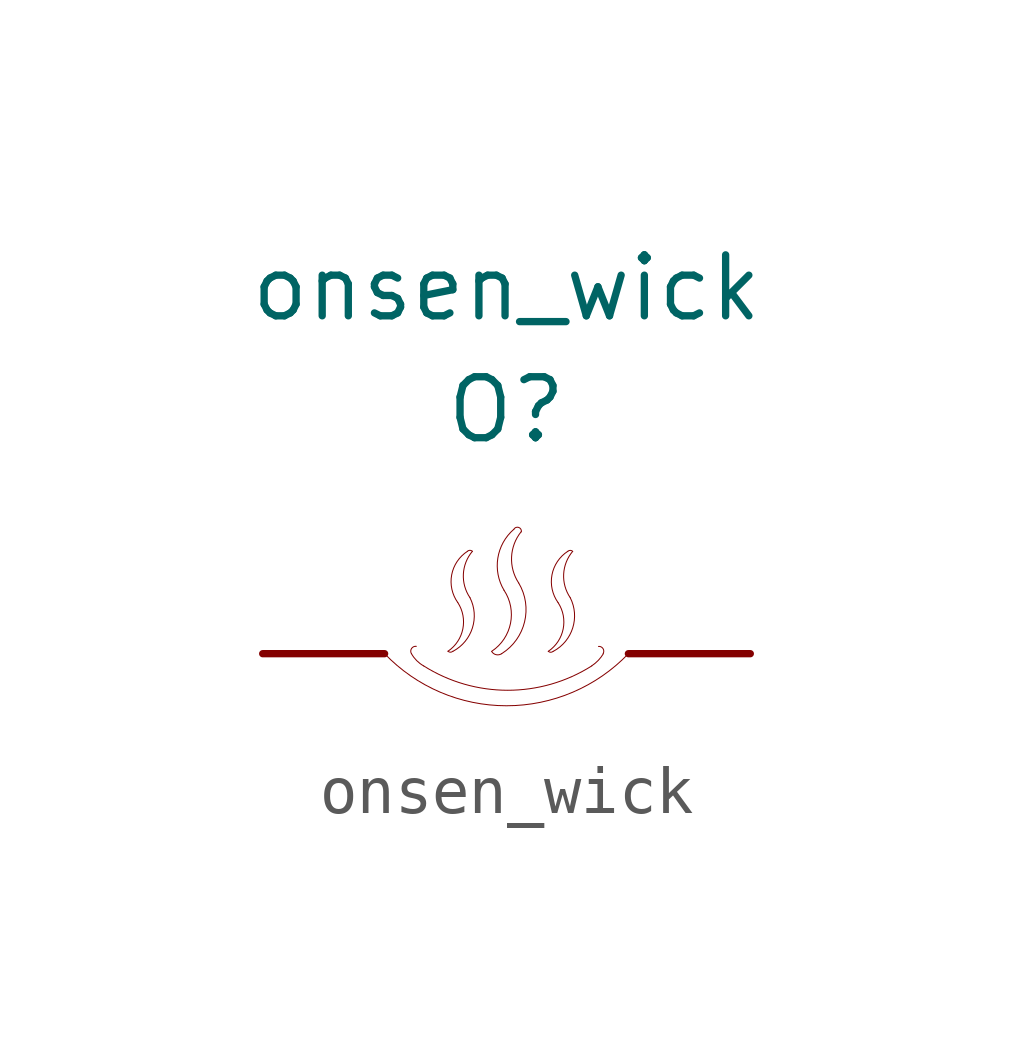
<source format=kicad_sym>
(kicad_symbol_lib
  (version 20201005)
  (generator kicad_symbol_editor)
  (symbol "kicad_parts_lib:onsen_wick"
    (pin_numbers hide)
    (pin_names hide)
    (property "Reference" "O"
      (at 0 5.08 0)
      (effects (font (size 1.27 1.27))))
    (property "Value" "onsen_wick"
      (at 0 7.62 0)
      (effects (font (size 1.27 1.27))))
    (symbol "onsen_wick_0_1"
      (arc (start -0.3048 0.0508) (end -0.0508 1.3208) (radius (at -0.8165 0.8135) (length 0.9184) (angles -56.1 33.5)) (stroke (width 0.0006)) (fill (type none)))
      (arc (start 0.1524 2.5908) (end -0.0508 1.3208) (radius (at 0.8085 1.8346) (length 1.0012) (angles 130.9 -149.1)) (stroke (width 0.0006)) (fill (type none)))
      (arc (start -0.1016 0) (end 0.254 1.4732) (radius (at -0.6764 0.9183) (length 1.0834) (angles -58 30.8)) (stroke (width 0.0006)) (fill (type none)))
      (arc (start 0.3048 2.54) (end 0.254 1.4732) (radius (at 1.0128 1.9717) (length 0.9079) (angles 141.2 -146.7)) (stroke (width 0.0006)) (fill (type none)))
      (arc (start 0.3048 2.54) (end 0.1524 2.5908) (radius (at 0.2228 2.548) (length 0.0824) (angles -5.6 148.7)) (stroke (width 0.0006)) (fill (type none)))
      (arc (start -0.3048 0.0508) (end -0.1016 0) (radius (at -0.1799 0.1186) (length 0.1421) (angles -151.5 -56.6)) (stroke (width 0.0006)) (fill (type none)))
      (arc (start -1.2192 0.0508) (end -1.1176 0.0508) (radius (at -1.1684 0.1042) (length 0.0737) (angles -133.6 -46.4)) (stroke (width 0.0006)) (fill (type none)))
      (arc (start -0.8128 2.1336) (end -1.016 1.0668) (radius (at -0.4029 1.5028) (length 0.7523) (angles 123 -144.6)) (stroke (width 0.0006)) (fill (type none)))
      (arc (start -0.7112 2.1336) (end -0.762 1.1684) (radius (at -0.0999 1.6175) (length 0.8) (angles 139.8 -145.9)) (stroke (width 0.0006)) (fill (type none)))
      (arc (start -1.2192 0.0508) (end -1.016 1.0668) (radius (at -1.6327 0.6618) (length 0.7378) (angles -55.9 33.3)) (stroke (width 0.0006)) (fill (type none)))
      (arc (start -1.1139 0.0501) (end -0.762 1.1684) (radius (at -1.509 0.7889) (length 0.8378) (angles -61.9 26.9)) (stroke (width 0.0006)) (fill (type none)))
      (arc (start -0.7112 2.1336) (end -0.8128 2.1336) (radius (at -0.762 2.0822) (length 0.0723) (angles 45.3 134.7)) (stroke (width 0.0006)) (fill (type none)))
      (arc (start 0.8707 0.0494) (end 0.9723 0.0494) (radius (at 0.9215 0.1028) (length 0.0737) (angles -133.6 -46.4)) (stroke (width 0.0006)) (fill (type none)))
      (arc (start 1.3787 2.1322) (end 1.3279 1.167) (radius (at 1.99 1.6161) (length 0.8) (angles 139.8 -145.9)) (stroke (width 0.0006)) (fill (type none)))
      (arc (start 1.2771 2.1322) (end 1.0739 1.0654) (radius (at 1.687 1.5014) (length 0.7523) (angles 123 -144.6)) (stroke (width 0.0006)) (fill (type none)))
      (arc (start 0.8707 0.0494) (end 1.0739 1.0654) (radius (at 0.4572 0.6604) (length 0.7378) (angles -55.9 33.3)) (stroke (width 0.0006)) (fill (type none)))
      (arc (start 0.976 0.0487) (end 1.3279 1.167) (radius (at 0.5809 0.7875) (length 0.8378) (angles -61.9 26.9)) (stroke (width 0.0006)) (fill (type none)))
      (arc (start 1.3787 2.1322) (end 1.2771 2.1322) (radius (at 1.3279 2.0808) (length 0.0723) (angles 45.3 134.7)) (stroke (width 0.0006)) (fill (type none)))
      (arc (start -1.7272 -0.254) (end 1.778 -0.254) (radius (at 0.0254 2.5132) (length 3.2755) (angles -122.3 -57.7)) (stroke (width 0.0006)) (fill (type none)))
      (arc (start -2.54 0) (end 2.54 0) (radius (at 0 2.4303) (length 3.5154) (angles -136.3 -43.7)) (stroke (width 0.0006)) (fill (type none)))
      (arc (start -1.8796 0.1524) (end -1.9812 0) (radius (at -1.8934 0.0515) (length 0.1018) (angles 82.2 -149.6)) (stroke (width 0.0006)) (fill (type none)))
      (arc (start -1.9812 0) (end -1.7272 -0.254) (radius (at -1.4009 0.3263) (length 0.6657) (angles -150.7 -119.3)) (stroke (width 0.0006)) (fill (type none)))
      (arc (start 2.0182 -0.0007) (end 1.9166 0.1517) (radius (at 1.9304 0.0508) (length 0.1018) (angles -30.4 97.8)) (stroke (width 0.0006)) (fill (type none)))
      (arc (start 1.778 -0.254) (end 2.0182 -0.0007) (radius (at 1.3432 0.3989) (length 0.7844) (angles -56.3 -30.6)) (stroke (width 0.0006)) (fill (type none))))
    (symbol "onsen_wick_1_1"
      (pin passive line (at -5.08 0 0) (length 2.54) (name "1" (effects (font (size 1.27 1.27)))) (number "" (effects (font (size 1.27 1.27)))))
      (pin passive line (at 5.08 0 180) (length 2.54) (name "1" (effects (font (size 1.27 1.27)))) (number "" (effects (font (size 1.27 1.27))))))))
</source>
